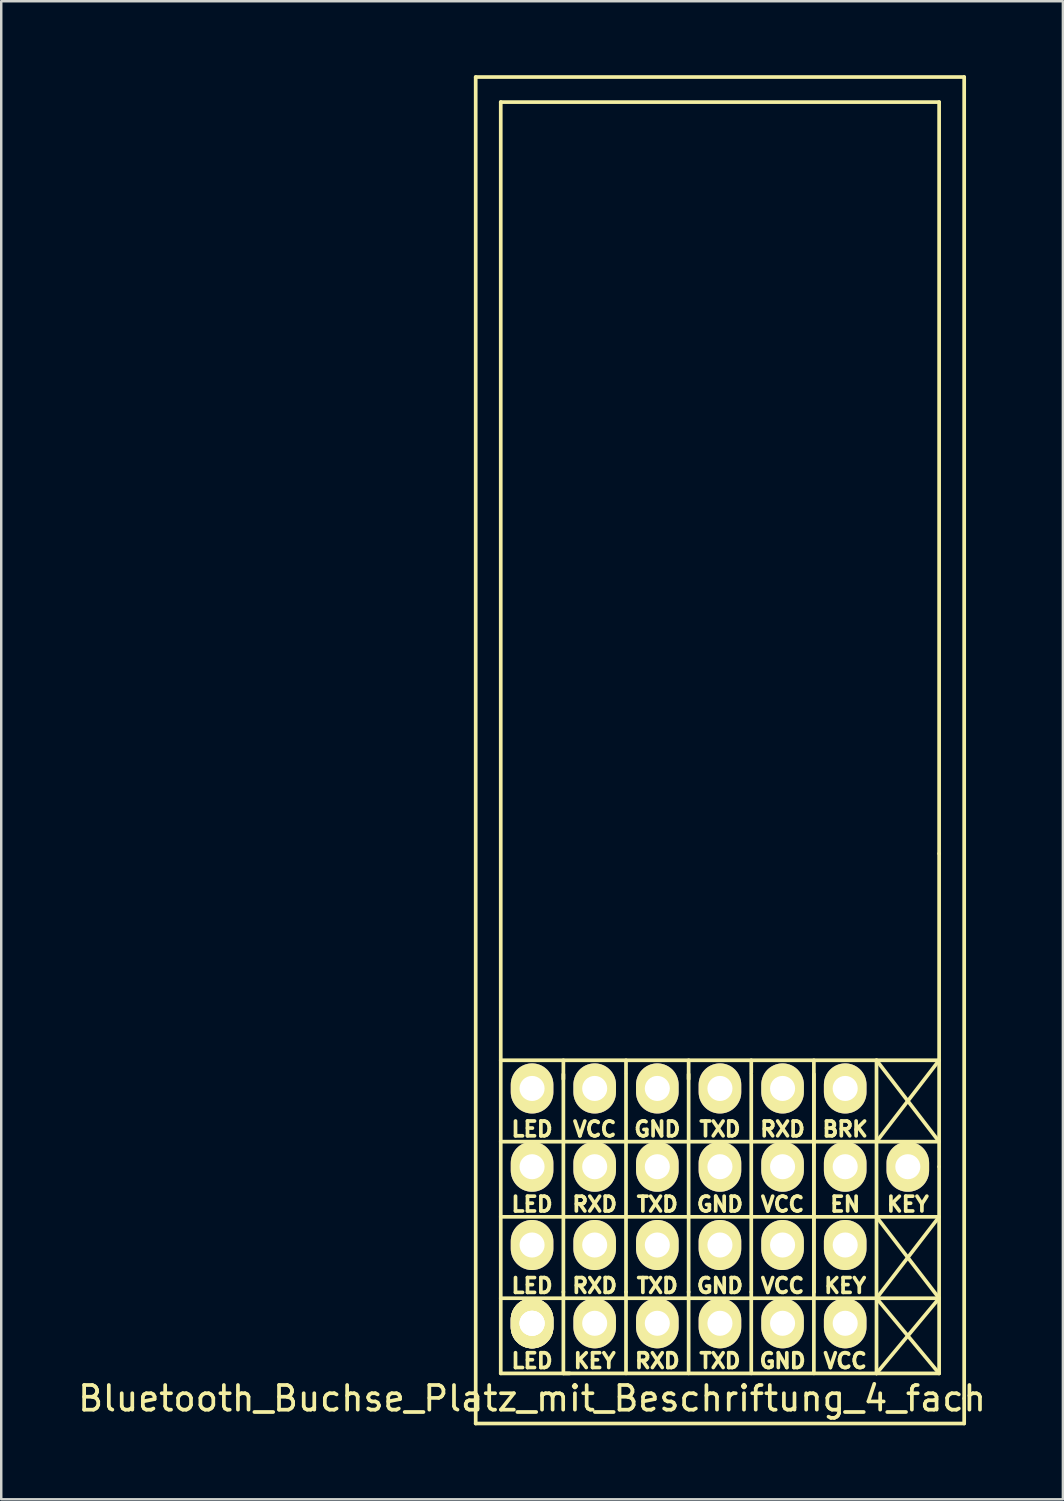
<source format=kicad_pcb>
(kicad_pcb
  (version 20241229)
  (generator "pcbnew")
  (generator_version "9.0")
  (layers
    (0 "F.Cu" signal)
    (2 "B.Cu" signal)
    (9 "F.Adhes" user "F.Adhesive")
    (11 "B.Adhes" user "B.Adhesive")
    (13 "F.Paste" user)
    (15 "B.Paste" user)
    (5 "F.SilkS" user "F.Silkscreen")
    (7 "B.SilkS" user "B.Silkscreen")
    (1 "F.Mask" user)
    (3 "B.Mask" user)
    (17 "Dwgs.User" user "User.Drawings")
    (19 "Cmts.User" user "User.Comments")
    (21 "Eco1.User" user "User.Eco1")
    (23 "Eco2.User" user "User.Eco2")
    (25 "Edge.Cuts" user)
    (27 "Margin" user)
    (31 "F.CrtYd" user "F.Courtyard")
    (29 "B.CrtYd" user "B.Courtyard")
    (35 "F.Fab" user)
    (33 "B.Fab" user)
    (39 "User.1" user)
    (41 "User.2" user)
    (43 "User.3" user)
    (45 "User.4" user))
  (footprint "Bluetooth_Buchse_Platz_mit_Beschriftung_4_fach"
    (layer "F.Cu")
    (at 24.88 50.621)
    (property "Reference" "Bluetooth_Buchse_Platz_mit_Beschriftung_4_fach" (at -6.35 3.048 180) (layer "F.SilkS") (effects (font (size 1 1) (thickness 0.15))))
    (fp_line (start -8.636 -50.546) (end -8.636 3.048) (stroke (width 0.15) (type solid)) (layer "F.SilkS"))
    (fp_line (start -8.636 -50.546) (end 11.176 -50.546) (stroke (width 0.15) (type solid)) (layer "F.SilkS"))
    (fp_line (start -8.636 3.048) (end -8.636 4.064) (stroke (width 0.15) (type solid)) (layer "F.SilkS"))
    (fp_line (start -8.636 4.064) (end 11.176 4.064) (stroke (width 0.15) (type solid)) (layer "F.SilkS"))
    (fp_line (start -7.62 -7.366) (end 7.62 -7.366) (stroke (width 0.15) (type solid)) (layer "F.SilkS"))
    (fp_line (start -7.62 -4.318) (end 7.62 -4.318) (stroke (width 0.15) (type solid)) (layer "F.SilkS"))
    (fp_line (start -7.62 -1.016) (end 7.62 -1.016) (stroke (width 0.15) (type solid)) (layer "F.SilkS"))
    (fp_line (start -7.62 2.032) (end -7.62 -49.53) (stroke (width 0.15) (type solid)) (layer "F.SilkS"))
    (fp_line (start -7.62 2.032) (end 7.62 2.032) (stroke (width 0.15) (type solid)) (layer "F.SilkS"))
    (fp_line (start -5.08 -10.1) (end -5.08 -1.27) (stroke (width 0.15) (type solid)) (layer "F.SilkS"))
    (fp_line (start -5.08 -9.906) (end -5.08 -10.668) (stroke (width 0.15) (type solid)) (layer "F.SilkS"))
    (fp_line (start -5.08 -1.27) (end -5.08 2.032) (stroke (width 0.15) (type solid)) (layer "F.SilkS"))
    (fp_line (start -5.08 2.032) (end -4.826 2.032) (stroke (width 0.15) (type solid)) (layer "F.SilkS"))
    (fp_line (start -2.54 -10.668) (end -2.54 -10.16) (stroke (width 0.15) (type solid)) (layer "F.SilkS"))
    (fp_line (start -2.54 -10.1) (end -2.54 -1.27) (stroke (width 0.15) (type solid)) (layer "F.SilkS"))
    (fp_line (start -2.54 -1.27) (end -2.54 2.032) (stroke (width 0.15) (type solid)) (layer "F.SilkS"))
    (fp_line (start 0 -10.668) (end 0 -9.906) (stroke (width 0.15) (type solid)) (layer "F.SilkS"))
    (fp_line (start 0 -10.1) (end 0 -1.27) (stroke (width 0.15) (type solid)) (layer "F.SilkS"))
    (fp_line (start 0 -1.27) (end 0 2.032) (stroke (width 0.15) (type solid)) (layer "F.SilkS"))
    (fp_line (start 2.54 -10.668) (end 2.54 -10.16) (stroke (width 0.15) (type solid)) (layer "F.SilkS"))
    (fp_line (start 2.54 -10.1) (end 2.54 -1.27) (stroke (width 0.15) (type solid)) (layer "F.SilkS"))
    (fp_line (start 2.54 -1.27) (end 2.54 2.032) (stroke (width 0.15) (type solid)) (layer "F.SilkS"))
    (fp_line (start 5.08 -10.668) (end 5.08 -10.16) (stroke (width 0.15) (type solid)) (layer "F.SilkS"))
    (fp_line (start 5.08 -10.1) (end 5.08 -1.27) (stroke (width 0.15) (type solid)) (layer "F.SilkS"))
    (fp_line (start 5.08 -1.27) (end 5.08 -10.1) (stroke (width 0.15) (type solid)) (layer "F.SilkS"))
    (fp_line (start 5.08 -1.27) (end 5.08 2.032) (stroke (width 0.15) (type solid)) (layer "F.SilkS"))
    (fp_line (start 7.62 -10.668) (end 10.16 -7.366) (stroke (width 0.15) (type solid)) (layer "F.SilkS"))
    (fp_line (start 7.62 -7.366) (end 10.16 -10.668) (stroke (width 0.15) (type solid)) (layer "F.SilkS"))
    (fp_line (start 7.62 -7.366) (end 10.16 -7.366) (stroke (width 0.15) (type solid)) (layer "F.SilkS"))
    (fp_line (start 7.62 -4.318) (end 10.16 -4.318) (stroke (width 0.15) (type solid)) (layer "F.SilkS"))
    (fp_line (start 7.62 -4.318) (end 10.16 -1.016) (stroke (width 0.15) (type solid)) (layer "F.SilkS"))
    (fp_line (start 7.62 -1.016) (end 10.16 -4.318) (stroke (width 0.15) (type solid)) (layer "F.SilkS"))
    (fp_line (start 7.62 -1.016) (end 10.16 -1.016) (stroke (width 0.15) (type solid)) (layer "F.SilkS"))
    (fp_line (start 7.62 -1.016) (end 10.16 2.032) (stroke (width 0.15) (type solid)) (layer "F.SilkS"))
    (fp_line (start 7.62 2.032) (end 7.62 -10.668) (stroke (width 0.15) (type solid)) (layer "F.SilkS"))
    (fp_line (start 7.62 2.032) (end 10.16 -1.016) (stroke (width 0.15) (type solid)) (layer "F.SilkS"))
    (fp_line (start 10.16 -49.53) (end -7.62 -49.53) (stroke (width 0.15) (type solid)) (layer "F.SilkS"))
    (fp_line (start 10.16 -19.05) (end 10.16 -49.53) (stroke (width 0.15) (type solid)) (layer "F.SilkS"))
    (fp_line (start 10.16 -10.668) (end -7.62 -10.668) (stroke (width 0.15) (type solid)) (layer "F.SilkS"))
    (fp_line (start 10.16 -6.35) (end 10.16 -19.05) (stroke (width 0.15) (type solid)) (layer "F.SilkS"))
    (fp_line (start 10.16 -6.35) (end 10.16 2.032) (stroke (width 0.15) (type solid)) (layer "F.SilkS"))
    (fp_line (start 10.16 2.032) (end 7.62 2.032) (stroke (width 0.15) (type solid)) (layer "F.SilkS"))
    (fp_line (start 11.176 -50.546) (end 11.176 3.048) (stroke (width 0.15) (type solid)) (layer "F.SilkS"))
    (fp_line (start 11.176 4.064) (end 11.176 3.048) (stroke (width 0.15) (type solid)) (layer "F.SilkS"))
    (fp_text user "EN" (at 6.35 -4.826 0) (layer "F.SilkS") (effects (font (size 0.6 0.6) (thickness 0.15))))
    (fp_text user "TXD" (at -1.27 -1.524 180) (layer "F.SilkS") (effects (font (size 0.6 0.6) (thickness 0.15))))
    (fp_text user "KEY" (at 8.89 -4.826 180) (layer "F.SilkS") (effects (font (size 0.6 0.6) (thickness 0.15))))
    (fp_text user "RXD" (at -3.81 -4.826 180) (layer "F.SilkS") (effects (font (size 0.6 0.6) (thickness 0.15))))
    (fp_text user "LED" (at -6.35 -7.874 180) (layer "F.SilkS") (effects (font (size 0.6 0.6) (thickness 0.15))))
    (fp_text user "LED" (at -6.35 -1.524 180) (layer "F.SilkS") (effects (font (size 0.6 0.6) (thickness 0.15))))
    (fp_text user "VCC" (at 3.81 -4.826 180) (layer "F.SilkS") (effects (font (size 0.6 0.6) (thickness 0.15))))
    (fp_text user "GND" (at -1.27 -7.874 180) (layer "F.SilkS") (effects (font (size 0.6 0.6) (thickness 0.15))))
    (fp_text user "VCC" (at 3.81 -1.524 180) (layer "F.SilkS") (effects (font (size 0.6 0.6) (thickness 0.15))))
    (fp_text user "TXD" (at 1.27 1.524 180) (layer "F.SilkS") (effects (font (size 0.6 0.6) (thickness 0.15))))
    (fp_text user "GND" (at 1.27 -4.826 180) (layer "F.SilkS") (effects (font (size 0.6 0.6) (thickness 0.15))))
    (fp_text user "TXD" (at -1.27 -4.826 180) (layer "F.SilkS") (effects (font (size 0.6 0.6) (thickness 0.15))))
    (fp_text user "GND" (at 1.27 -1.524 180) (layer "F.SilkS") (effects (font (size 0.6 0.6) (thickness 0.15))))
    (fp_text user "RXD" (at -3.81 -1.524 180) (layer "F.SilkS") (effects (font (size 0.6 0.6) (thickness 0.15))))
    (fp_text user "RXD" (at 3.81 -7.874 180) (layer "F.SilkS") (effects (font (size 0.6 0.6) (thickness 0.15))))
    (fp_text user "KEY" (at -3.81 1.524 180) (layer "F.SilkS") (effects (font (size 0.6 0.6) (thickness 0.15))))
    (fp_text user "BRK" (at 6.35 -7.874 0) (layer "F.SilkS") (effects (font (size 0.6 0.6) (thickness 0.15))))
    (fp_text user "RXD" (at -1.27 1.524 180) (layer "F.SilkS") (effects (font (size 0.6 0.6) (thickness 0.15))))
    (fp_text user "TXD" (at 1.27 -7.874 180) (layer "F.SilkS") (effects (font (size 0.6 0.6) (thickness 0.15))))
    (fp_text user "LED" (at -6.35 1.524 180) (layer "F.SilkS") (effects (font (size 0.6 0.6) (thickness 0.15))))
    (fp_text user "VCC" (at -3.81 -7.874 180) (layer "F.SilkS") (effects (font (size 0.6 0.6) (thickness 0.15))))
    (fp_text user "LED" (at -6.35 -4.826 180) (layer "F.SilkS") (effects (font (size 0.6 0.6) (thickness 0.15))))
    (fp_text user "KEY" (at 6.35 -1.524 180) (layer "F.SilkS") (effects (font (size 0.6 0.6) (thickness 0.15))))
    (fp_text user "GND" (at 3.81 1.524 180) (layer "F.SilkS") (effects (font (size 0.6 0.6) (thickness 0.15))))
    (fp_text user "VCC" (at 6.35 1.524 180) (layer "F.SilkS") (effects (font (size 0.6 0.6) (thickness 0.15))))
    (pad "BRK" thru_hole oval (at 6.35 -9.525 180) (size 1.727 2.032) (drill 1.016) (layers "*.Cu" "*.Mask" "F.SilkS"))
    (pad "EN" thru_hole oval (at 6.35 -6.35 180) (size 1.727 2.032) (drill 1.016) (layers "*.Cu" "*.Mask" "F.SilkS"))
    (pad "GND" thru_hole oval (at -1.27 -9.525 180) (size 1.727 2.032) (drill 1.016) (layers "*.Cu" "*.Mask" "F.SilkS"))
    (pad "GND" thru_hole oval (at 1.27 -6.35 180) (size 1.727 2.032) (drill 1.016) (layers "*.Cu" "*.Mask" "F.SilkS"))
    (pad "GND" thru_hole oval (at 1.27 -3.175 180) (size 1.727 2.032) (drill 1.016) (layers "*.Cu" "*.Mask" "F.SilkS"))
    (pad "GND" thru_hole oval (at 3.81 0 180) (size 1.727 2.032) (drill 1.016) (layers "*.Cu" "*.Mask" "F.SilkS"))
    (pad "Key" thru_hole oval (at -3.81 0 180) (size 1.727 2.032) (drill 1.016) (layers "*.Cu" "*.Mask" "F.SilkS"))
    (pad "Key" thru_hole oval (at 6.35 -3.175 180) (size 1.727 2.032) (drill 1.016) (layers "*.Cu" "*.Mask" "F.SilkS"))
    (pad "Key" thru_hole oval (at 8.89 -6.35 180) (size 1.727 2.032) (drill 1.016) (layers "*.Cu" "*.Mask" "F.SilkS"))
    (pad "LED" thru_hole oval (at -6.35 -9.525 180) (size 1.727 2.032) (drill 1.016) (layers "*.Cu" "*.Mask" "F.SilkS"))
    (pad "LED" thru_hole oval (at -6.35 -6.35 180) (size 1.727 2.032) (drill 1.016) (layers "*.Cu" "*.Mask" "F.SilkS"))
    (pad "LED" thru_hole oval (at -6.35 -3.175 180) (size 1.727 2.032) (drill 1.016) (layers "*.Cu" "*.Mask" "F.SilkS"))
    (pad "LED" thru_hole oval (at -6.35 0 180) (size 1.727 2.032) (drill 1.016) (layers "*.Cu" "*.Mask" "F.SilkS"))
    (pad "LED" thru_hole oval (at -6.35 0 180) (size 1.727 2.032) (drill 1.016) (layers "*.Cu" "*.Mask" "F.SilkS"))
    (pad "LED" thru_hole oval (at -6.35 0 180) (size 1.727 2.032) (drill 1.016) (layers "*.Cu" "*.Mask" "F.SilkS"))
    (pad "RXD" thru_hole oval (at -3.81 -6.35 180) (size 1.727 2.032) (drill 1.016) (layers "*.Cu" "*.Mask" "F.SilkS"))
    (pad "RXD" thru_hole oval (at -3.81 -3.175 180) (size 1.727 2.032) (drill 1.016) (layers "*.Cu" "*.Mask" "F.SilkS"))
    (pad "RXD" thru_hole oval (at -1.27 0 180) (size 1.727 2.032) (drill 1.016) (layers "*.Cu" "*.Mask" "F.SilkS"))
    (pad "RXD" thru_hole oval (at 3.81 -9.525 180) (size 1.727 2.032) (drill 1.016) (layers "*.Cu" "*.Mask" "F.SilkS"))
    (pad "TXD" thru_hole oval (at -1.27 -6.35 180) (size 1.727 2.032) (drill 1.016) (layers "*.Cu" "*.Mask" "F.SilkS"))
    (pad "TXD" thru_hole oval (at -1.27 -3.175 180) (size 1.727 2.032) (drill 1.016) (layers "*.Cu" "*.Mask" "F.SilkS"))
    (pad "TXD" thru_hole oval (at 1.27 -9.525 180) (size 1.727 2.032) (drill 1.016) (layers "*.Cu" "*.Mask" "F.SilkS"))
    (pad "TXD" thru_hole oval (at 1.27 0 180) (size 1.727 2.032) (drill 1.016) (layers "*.Cu" "*.Mask" "F.SilkS"))
    (pad "VCC" thru_hole oval (at -3.81 -9.525 180) (size 1.727 2.032) (drill 1.016) (layers "*.Cu" "*.Mask" "F.SilkS"))
    (pad "VCC" thru_hole oval (at 3.81 -6.35 180) (size 1.727 2.032) (drill 1.016) (layers "*.Cu" "*.Mask" "F.SilkS"))
    (pad "VCC" thru_hole oval (at 3.81 -3.175 180) (size 1.727 2.032) (drill 1.016) (layers "*.Cu" "*.Mask" "F.SilkS"))
    (pad "VCC" thru_hole oval (at 6.35 0 180) (size 1.727 2.032) (drill 1.016) (layers "*.Cu" "*.Mask" "F.SilkS")))
  (gr_rect
    (start -3 -3)
    (end 40.06 57.76)
    (stroke (width 0.1) (type default))
    (fill no)
    (layer "Edge.Cuts")))
</source>
